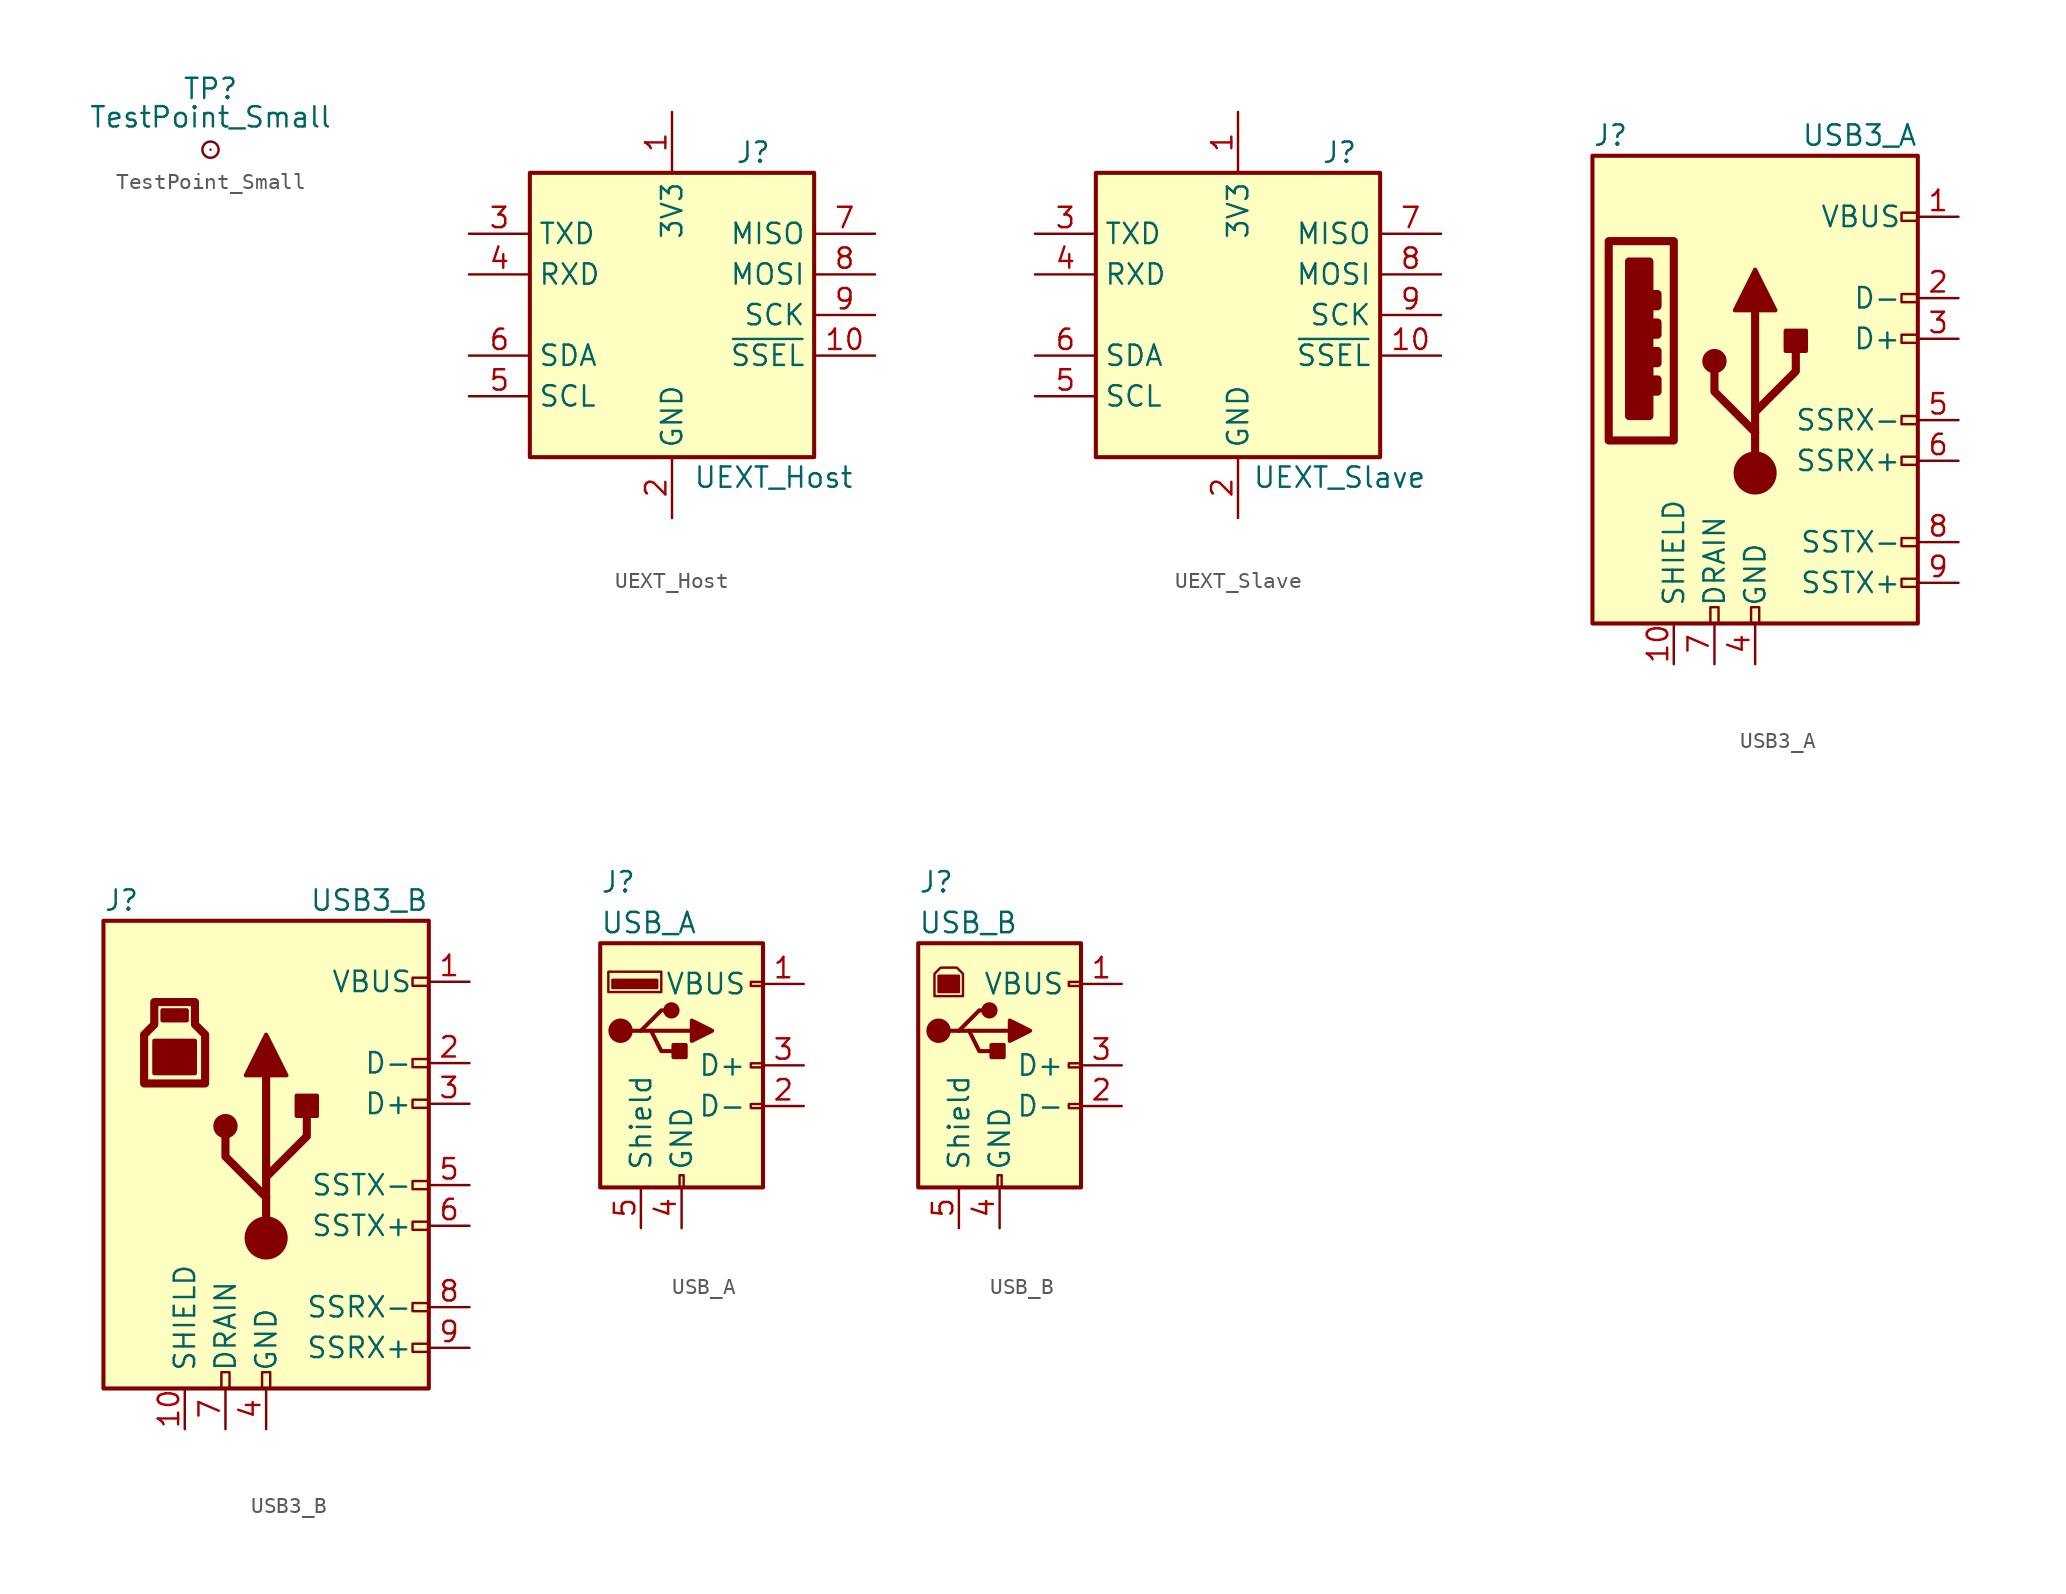
<source format=kicad_sym>
(kicad_symbol_lib
  (version 20201005)
  (generator kicad_symbol_editor)
  (symbol "TestPoint_Small"
    (pin_numbers hide)
    (pin_names
      (offset 0.762) hide)
    (property "Reference" "TP"
      (at 0 3.81 0)
      (effects (font (size 1.27 1.27))))
    (property "Value" "TestPoint_Small"
      (at 0 2.032 0)
      (effects (font (size 1.27 1.27))))
    (symbol "TestPoint_Small_0_1"
      (circle (center 0 0) (radius 0.508) (stroke (width 0)) (fill (type none))))
    (symbol "TestPoint_Small_1_1"
      (pin passive line (at 0 0 90) (length 0) (name "1" (effects (font (size 1.27 1.27)))) (number "1" (effects (font (size 1.27 1.27)))))))
  (symbol "UEXT_Host"
    (property "Reference" "J"
      (at 5.08 10.16 0)
      (effects (font (size 1.27 1.27))))
    (property "Value" "UEXT_Host"
      (at 6.35 -10.16 0)
      (effects (font (size 1.27 1.27))))
    (symbol "UEXT_Host_1_1"
      (rectangle (start -8.89 8.89) (end 8.89 -8.89) (stroke (width 0.254)) (fill (type background)))
      (pin power_in line (at 0 12.7 270) (length 3.81) (name "3V3" (effects (font (size 1.27 1.27)))) (number "1" (effects (font (size 1.27 1.27)))))
      (pin output line (at 12.7 -2.54 180) (length 3.81) (name "~SSEL" (effects (font (size 1.27 1.27)))) (number "10" (effects (font (size 1.27 1.27)))))
      (pin power_in line (at 0 -12.7 90) (length 3.81) (name "GND" (effects (font (size 1.27 1.27)))) (number "2" (effects (font (size 1.27 1.27)))))
      (pin output line (at -12.7 5.08 0) (length 3.81) (name "TXD" (effects (font (size 1.27 1.27)))) (number "3" (effects (font (size 1.27 1.27)))))
      (pin input line (at -12.7 2.54 0) (length 3.81) (name "RXD" (effects (font (size 1.27 1.27)))) (number "4" (effects (font (size 1.27 1.27)))))
      (pin output line (at -12.7 -5.08 0) (length 3.81) (name "SCL" (effects (font (size 1.27 1.27)))) (number "5" (effects (font (size 1.27 1.27)))))
      (pin bidirectional line (at -12.7 -2.54 0) (length 3.81) (name "SDA" (effects (font (size 1.27 1.27)))) (number "6" (effects (font (size 1.27 1.27)))))
      (pin output line (at 12.7 5.08 180) (length 3.81) (name "MISO" (effects (font (size 1.27 1.27)))) (number "7" (effects (font (size 1.27 1.27)))))
      (pin input line (at 12.7 2.54 180) (length 3.81) (name "MOSI" (effects (font (size 1.27 1.27)))) (number "8" (effects (font (size 1.27 1.27)))))
      (pin output line (at 12.7 0 180) (length 3.81) (name "SCK" (effects (font (size 1.27 1.27)))) (number "9" (effects (font (size 1.27 1.27)))))))
  (symbol "UEXT_Slave"
    (property "Reference" "J"
      (at 6.35 10.16 0)
      (effects (font (size 1.27 1.27))))
    (property "Value" "UEXT_Slave"
      (at 6.35 -10.16 0)
      (effects (font (size 1.27 1.27))))
    (symbol "UEXT_Slave_1_1"
      (rectangle (start -8.89 8.89) (end 8.89 -8.89) (stroke (width 0.254)) (fill (type background)))
      (pin power_out line (at 0 12.7 270) (length 3.81) (name "3V3" (effects (font (size 1.27 1.27)))) (number "1" (effects (font (size 1.27 1.27)))))
      (pin input line (at 12.7 -2.54 180) (length 3.81) (name "~SSEL" (effects (font (size 1.27 1.27)))) (number "10" (effects (font (size 1.27 1.27)))))
      (pin power_in line (at 0 -12.7 90) (length 3.81) (name "GND" (effects (font (size 1.27 1.27)))) (number "2" (effects (font (size 1.27 1.27)))))
      (pin input line (at -12.7 5.08 0) (length 3.81) (name "TXD" (effects (font (size 1.27 1.27)))) (number "3" (effects (font (size 1.27 1.27)))))
      (pin output line (at -12.7 2.54 0) (length 3.81) (name "RXD" (effects (font (size 1.27 1.27)))) (number "4" (effects (font (size 1.27 1.27)))))
      (pin input line (at -12.7 -5.08 0) (length 3.81) (name "SCL" (effects (font (size 1.27 1.27)))) (number "5" (effects (font (size 1.27 1.27)))))
      (pin bidirectional line (at -12.7 -2.54 0) (length 3.81) (name "SDA" (effects (font (size 1.27 1.27)))) (number "6" (effects (font (size 1.27 1.27)))))
      (pin input line (at 12.7 5.08 180) (length 3.81) (name "MISO" (effects (font (size 1.27 1.27)))) (number "7" (effects (font (size 1.27 1.27)))))
      (pin output line (at 12.7 2.54 180) (length 3.81) (name "MOSI" (effects (font (size 1.27 1.27)))) (number "8" (effects (font (size 1.27 1.27)))))
      (pin input line (at 12.7 0 180) (length 3.81) (name "SCK" (effects (font (size 1.27 1.27)))) (number "9" (effects (font (size 1.27 1.27)))))))
  (symbol "USB3_A"
    (pin_names
      (offset 1.016))
    (property "Reference" "J"
      (at -10.16 15.24 0)
      (effects (font (size 1.27 1.27)) (justify left)))
    (property "Value" "USB3_A"
      (at 10.16 15.24 0)
      (effects (font (size 1.27 1.27)) (justify right)))
    (symbol "USB3_A_0_0"
      (rectangle (start -9.144 8.636) (end -5.08 -3.81) (stroke (width 0.508)) (fill (type none)))
      (rectangle (start -7.874 7.366) (end -6.604 -2.286) (stroke (width 0.508)) (fill (type outline)))
      (rectangle (start -6.35 0) (end -6.096 -0.762) (stroke (width 0.508)) (fill (type none)))
      (rectangle (start -6.35 1.778) (end -6.096 1.016) (stroke (width 0.508)) (fill (type none)))
      (rectangle (start -6.35 3.556) (end -6.096 2.794) (stroke (width 0.508)) (fill (type none)))
      (rectangle (start -6.35 5.334) (end -6.096 4.572) (stroke (width 0.508)) (fill (type none)))
      (rectangle (start -2.794 -15.24) (end -2.286 -14.224) (stroke (width 0)) (fill (type none)))
      (rectangle (start -0.254 -15.24) (end 0.254 -14.224) (stroke (width 0)) (fill (type none)))
      (rectangle (start 10.16 -12.446) (end 9.144 -12.954) (stroke (width 0)) (fill (type none)))
      (rectangle (start 10.16 -9.906) (end 9.144 -10.414) (stroke (width 0)) (fill (type none)))
      (rectangle (start 10.16 -4.826) (end 9.144 -5.334) (stroke (width 0)) (fill (type none)))
      (rectangle (start 10.16 -2.286) (end 9.144 -2.794) (stroke (width 0)) (fill (type none)))
      (rectangle (start 10.16 2.794) (end 9.144 2.286) (stroke (width 0)) (fill (type none)))
      (rectangle (start 10.16 5.334) (end 9.144 4.826) (stroke (width 0)) (fill (type none)))
      (rectangle (start 10.16 10.414) (end 9.144 9.906) (stroke (width 0)) (fill (type none))))
    (symbol "USB3_A_0_1"
      (rectangle (start -10.16 13.97) (end 10.16 -15.24) (stroke (width 0.254)) (fill (type background))))
    (symbol "USB3_A_1_1"
      (circle (center -2.54 1.143) (radius 0.635) (stroke (width 0.254)) (fill (type outline)))
      (circle (center 0 -5.842) (radius 1.27) (stroke (width 0)) (fill (type outline)))
      (rectangle (start 1.905 1.778) (end 3.175 3.048) (stroke (width 0.254)) (fill (type outline)))
      (polyline (pts (xy 0 -5.842) (xy 0 4.318)) (stroke (width 0.508)) (fill (type none)))
      (polyline (pts (xy 0 -3.302) (xy -2.54 -0.762) (xy -2.54 0.508)) (stroke (width 0.508)) (fill (type none)))
      (polyline (pts (xy 0 -2.032) (xy 2.54 0.508) (xy 2.54 1.778)) (stroke (width 0.508)) (fill (type none)))
      (polyline (pts (xy -1.27 4.318) (xy 0 6.858) (xy 1.27 4.318) (xy -1.27 4.318)) (stroke (width 0.254)) (fill (type outline)))
      (pin power_in line (at 12.7 10.16 180) (length 2.54) (name "VBUS" (effects (font (size 1.27 1.27)))) (number "1" (effects (font (size 1.27 1.27)))))
      (pin passive line (at -5.08 -17.78 90) (length 2.54) (name "SHIELD" (effects (font (size 1.27 1.27)))) (number "10" (effects (font (size 1.27 1.27)))))
      (pin bidirectional line (at 12.7 5.08 180) (length 2.54) (name "D-" (effects (font (size 1.27 1.27)))) (number "2" (effects (font (size 1.27 1.27)))))
      (pin bidirectional line (at 12.7 2.54 180) (length 2.54) (name "D+" (effects (font (size 1.27 1.27)))) (number "3" (effects (font (size 1.27 1.27)))))
      (pin power_in line (at 0 -17.78 90) (length 2.54) (name "GND" (effects (font (size 1.27 1.27)))) (number "4" (effects (font (size 1.27 1.27)))))
      (pin output line (at 12.7 -2.54 180) (length 2.54) (name "SSRX-" (effects (font (size 1.27 1.27)))) (number "5" (effects (font (size 1.27 1.27)))))
      (pin output line (at 12.7 -5.08 180) (length 2.54) (name "SSRX+" (effects (font (size 1.27 1.27)))) (number "6" (effects (font (size 1.27 1.27)))))
      (pin passive line (at -2.54 -17.78 90) (length 2.54) (name "DRAIN" (effects (font (size 1.27 1.27)))) (number "7" (effects (font (size 1.27 1.27)))))
      (pin input line (at 12.7 -10.16 180) (length 2.54) (name "SSTX-" (effects (font (size 1.27 1.27)))) (number "8" (effects (font (size 1.27 1.27)))))
      (pin input line (at 12.7 -12.7 180) (length 2.54) (name "SSTX+" (effects (font (size 1.27 1.27)))) (number "9" (effects (font (size 1.27 1.27)))))))
  (symbol "USB3_B"
    (pin_names
      (offset 1.016))
    (property "Reference" "J"
      (at -10.16 15.24 0)
      (effects (font (size 1.27 1.27)) (justify left)))
    (property "Value" "USB3_B"
      (at 10.16 15.24 0)
      (effects (font (size 1.27 1.27)) (justify right)))
    (symbol "USB3_B_0_0"
      (rectangle (start -2.794 -15.24) (end -2.286 -14.224) (stroke (width 0)) (fill (type none)))
      (rectangle (start -0.254 -15.24) (end 0.254 -14.224) (stroke (width 0)) (fill (type none)))
      (rectangle (start 10.16 -12.446) (end 9.144 -12.954) (stroke (width 0)) (fill (type none)))
      (rectangle (start 10.16 -9.906) (end 9.144 -10.414) (stroke (width 0)) (fill (type none)))
      (rectangle (start 10.16 -4.826) (end 9.144 -5.334) (stroke (width 0)) (fill (type none)))
      (rectangle (start 10.16 -2.286) (end 9.144 -2.794) (stroke (width 0)) (fill (type none)))
      (rectangle (start 10.16 2.794) (end 9.144 2.286) (stroke (width 0)) (fill (type none)))
      (rectangle (start 10.16 5.334) (end 9.144 4.826) (stroke (width 0)) (fill (type none)))
      (rectangle (start 10.16 10.414) (end 9.144 9.906) (stroke (width 0)) (fill (type none))))
    (symbol "USB3_B_0_1"
      (rectangle (start -10.16 13.97) (end 10.16 -15.24) (stroke (width 0.254)) (fill (type background)))
      (rectangle (start -6.477 8.382) (end -4.953 7.747) (stroke (width 0.254)) (fill (type outline)))
      (rectangle (start -4.445 4.445) (end -6.985 6.477) (stroke (width 0.254)) (fill (type outline)))
      (polyline (pts (xy -6.985 8.89) (xy -6.985 7.493) (xy -7.62 6.858) (xy -7.62 3.81) (xy -3.81 3.81) (xy -3.81 6.858) (xy -4.445 7.493) (xy -4.445 8.89) (xy -6.858 8.89) (xy -6.985 8.89)) (stroke (width 0.508)) (fill (type none))))
    (symbol "USB3_B_1_1"
      (circle (center -2.54 1.143) (radius 0.635) (stroke (width 0.254)) (fill (type outline)))
      (circle (center 0 -5.842) (radius 1.27) (stroke (width 0)) (fill (type outline)))
      (rectangle (start 1.905 1.778) (end 3.175 3.048) (stroke (width 0.254)) (fill (type outline)))
      (polyline (pts (xy 0 -5.842) (xy 0 4.318)) (stroke (width 0.508)) (fill (type none)))
      (polyline (pts (xy 0 -3.302) (xy -2.54 -0.762) (xy -2.54 0.508)) (stroke (width 0.508)) (fill (type none)))
      (polyline (pts (xy 0 -2.032) (xy 2.54 0.508) (xy 2.54 1.778)) (stroke (width 0.508)) (fill (type none)))
      (polyline (pts (xy -1.27 4.318) (xy 0 6.858) (xy 1.27 4.318) (xy -1.27 4.318)) (stroke (width 0.254)) (fill (type outline)))
      (pin power_out line (at 12.7 10.16 180) (length 2.54) (name "VBUS" (effects (font (size 1.27 1.27)))) (number "1" (effects (font (size 1.27 1.27)))))
      (pin passive line (at -5.08 -17.78 90) (length 2.54) (name "SHIELD" (effects (font (size 1.27 1.27)))) (number "10" (effects (font (size 1.27 1.27)))))
      (pin bidirectional line (at 12.7 5.08 180) (length 2.54) (name "D-" (effects (font (size 1.27 1.27)))) (number "2" (effects (font (size 1.27 1.27)))))
      (pin bidirectional line (at 12.7 2.54 180) (length 2.54) (name "D+" (effects (font (size 1.27 1.27)))) (number "3" (effects (font (size 1.27 1.27)))))
      (pin power_out line (at 0 -17.78 90) (length 2.54) (name "GND" (effects (font (size 1.27 1.27)))) (number "4" (effects (font (size 1.27 1.27)))))
      (pin output line (at 12.7 -2.54 180) (length 2.54) (name "SSTX-" (effects (font (size 1.27 1.27)))) (number "5" (effects (font (size 1.27 1.27)))))
      (pin output line (at 12.7 -5.08 180) (length 2.54) (name "SSTX+" (effects (font (size 1.27 1.27)))) (number "6" (effects (font (size 1.27 1.27)))))
      (pin passive line (at -2.54 -17.78 90) (length 2.54) (name "DRAIN" (effects (font (size 1.27 1.27)))) (number "7" (effects (font (size 1.27 1.27)))))
      (pin input line (at 12.7 -10.16 180) (length 2.54) (name "SSRX-" (effects (font (size 1.27 1.27)))) (number "8" (effects (font (size 1.27 1.27)))))
      (pin input line (at 12.7 -12.7 180) (length 2.54) (name "SSRX+" (effects (font (size 1.27 1.27)))) (number "9" (effects (font (size 1.27 1.27)))))))
  (symbol "USB_A"
    (pin_names
      (offset 1.016))
    (property "Reference" "J"
      (at -5.08 11.43 0)
      (effects (font (size 1.27 1.27)) (justify left)))
    (property "Value" "USB_A"
      (at -5.08 8.89 0)
      (effects (font (size 1.27 1.27)) (justify left)))
    (symbol "USB_A_0_1"
      (circle (center -3.81 2.159) (radius 0.635) (stroke (width 0.254)) (fill (type outline)))
      (circle (center -0.635 3.429) (radius 0.381) (stroke (width 0.254)) (fill (type outline)))
      (rectangle (start -5.08 -7.62) (end 5.08 7.62) (stroke (width 0.254)) (fill (type background)))
      (rectangle (start -1.524 4.826) (end -4.318 5.334) (stroke (width 0)) (fill (type outline)))
      (rectangle (start -1.27 4.572) (end -4.572 5.842) (stroke (width 0)) (fill (type none)))
      (rectangle (start -0.127 -7.62) (end 0.127 -6.858) (stroke (width 0)) (fill (type none)))
      (rectangle (start 0.254 1.27) (end -0.508 0.508) (stroke (width 0.254)) (fill (type outline)))
      (rectangle (start 5.08 -2.667) (end 4.318 -2.413) (stroke (width 0)) (fill (type none)))
      (rectangle (start 5.08 -0.127) (end 4.318 0.127) (stroke (width 0)) (fill (type none)))
      (rectangle (start 5.08 4.953) (end 4.318 5.207) (stroke (width 0)) (fill (type none)))
      (polyline (pts (xy -3.175 2.159) (xy -2.54 2.159) (xy -1.27 3.429) (xy -0.635 3.429)) (stroke (width 0.254)) (fill (type none)))
      (polyline (pts (xy -2.54 2.159) (xy -1.905 2.159) (xy -1.27 0.889) (xy 0 0.889)) (stroke (width 0.254)) (fill (type none)))
      (polyline (pts (xy 0.635 2.794) (xy 0.635 1.524) (xy 1.905 2.159) (xy 0.635 2.794)) (stroke (width 0.254)) (fill (type outline))))
    (symbol "USB_A_1_1"
      (polyline (pts (xy -1.905 2.159) (xy 0.635 2.159)) (stroke (width 0.254)) (fill (type none)))
      (pin power_in line (at 7.62 5.08 180) (length 2.54) (name "VBUS" (effects (font (size 1.27 1.27)))) (number "1" (effects (font (size 1.27 1.27)))))
      (pin bidirectional line (at 7.62 -2.54 180) (length 2.54) (name "D-" (effects (font (size 1.27 1.27)))) (number "2" (effects (font (size 1.27 1.27)))))
      (pin bidirectional line (at 7.62 0 180) (length 2.54) (name "D+" (effects (font (size 1.27 1.27)))) (number "3" (effects (font (size 1.27 1.27)))))
      (pin power_in line (at 0 -10.16 90) (length 2.54) (name "GND" (effects (font (size 1.27 1.27)))) (number "4" (effects (font (size 1.27 1.27)))))
      (pin passive line (at -2.54 -10.16 90) (length 2.54) (name "Shield" (effects (font (size 1.27 1.27)))) (number "5" (effects (font (size 1.27 1.27)))))))
  (symbol "USB_B"
    (pin_names
      (offset 1.016))
    (property "Reference" "J"
      (at -5.08 11.43 0)
      (effects (font (size 1.27 1.27)) (justify left)))
    (property "Value" "USB_B"
      (at -5.08 8.89 0)
      (effects (font (size 1.27 1.27)) (justify left)))
    (symbol "USB_B_0_1"
      (circle (center -3.81 2.159) (radius 0.635) (stroke (width 0.254)) (fill (type outline)))
      (circle (center -0.635 3.429) (radius 0.381) (stroke (width 0.254)) (fill (type outline)))
      (rectangle (start -5.08 -7.62) (end 5.08 7.62) (stroke (width 0.254)) (fill (type background)))
      (rectangle (start -3.81 5.588) (end -2.54 4.572) (stroke (width 0)) (fill (type outline)))
      (rectangle (start -0.127 -7.62) (end 0.127 -6.858) (stroke (width 0)) (fill (type none)))
      (rectangle (start 0.254 1.27) (end -0.508 0.508) (stroke (width 0.254)) (fill (type outline)))
      (rectangle (start 5.08 -2.667) (end 4.318 -2.413) (stroke (width 0)) (fill (type none)))
      (rectangle (start 5.08 -0.127) (end 4.318 0.127) (stroke (width 0)) (fill (type none)))
      (rectangle (start 5.08 4.953) (end 4.318 5.207) (stroke (width 0)) (fill (type none)))
      (polyline (pts (xy -1.905 2.159) (xy 0.635 2.159)) (stroke (width 0.254)) (fill (type none)))
      (polyline (pts (xy -3.175 2.159) (xy -2.54 2.159) (xy -1.27 3.429) (xy -0.635 3.429)) (stroke (width 0.254)) (fill (type none)))
      (polyline (pts (xy -2.54 2.159) (xy -1.905 2.159) (xy -1.27 0.889) (xy 0 0.889)) (stroke (width 0.254)) (fill (type none)))
      (polyline (pts (xy 0.635 2.794) (xy 0.635 1.524) (xy 1.905 2.159) (xy 0.635 2.794)) (stroke (width 0.254)) (fill (type outline)))
      (polyline (pts (xy -4.064 4.318) (xy -2.286 4.318) (xy -2.286 5.715) (xy -2.667 6.096) (xy -3.683 6.096) (xy -4.064 5.715) (xy -4.064 4.318)) (stroke (width 0)) (fill (type none))))
    (symbol "USB_B_1_1"
      (pin power_out line (at 7.62 5.08 180) (length 2.54) (name "VBUS" (effects (font (size 1.27 1.27)))) (number "1" (effects (font (size 1.27 1.27)))))
      (pin bidirectional line (at 7.62 -2.54 180) (length 2.54) (name "D-" (effects (font (size 1.27 1.27)))) (number "2" (effects (font (size 1.27 1.27)))))
      (pin bidirectional line (at 7.62 0 180) (length 2.54) (name "D+" (effects (font (size 1.27 1.27)))) (number "3" (effects (font (size 1.27 1.27)))))
      (pin power_out line (at 0 -10.16 90) (length 2.54) (name "GND" (effects (font (size 1.27 1.27)))) (number "4" (effects (font (size 1.27 1.27)))))
      (pin passive line (at -2.54 -10.16 90) (length 2.54) (name "Shield" (effects (font (size 1.27 1.27)))) (number "5" (effects (font (size 1.27 1.27))))))))
</source>
